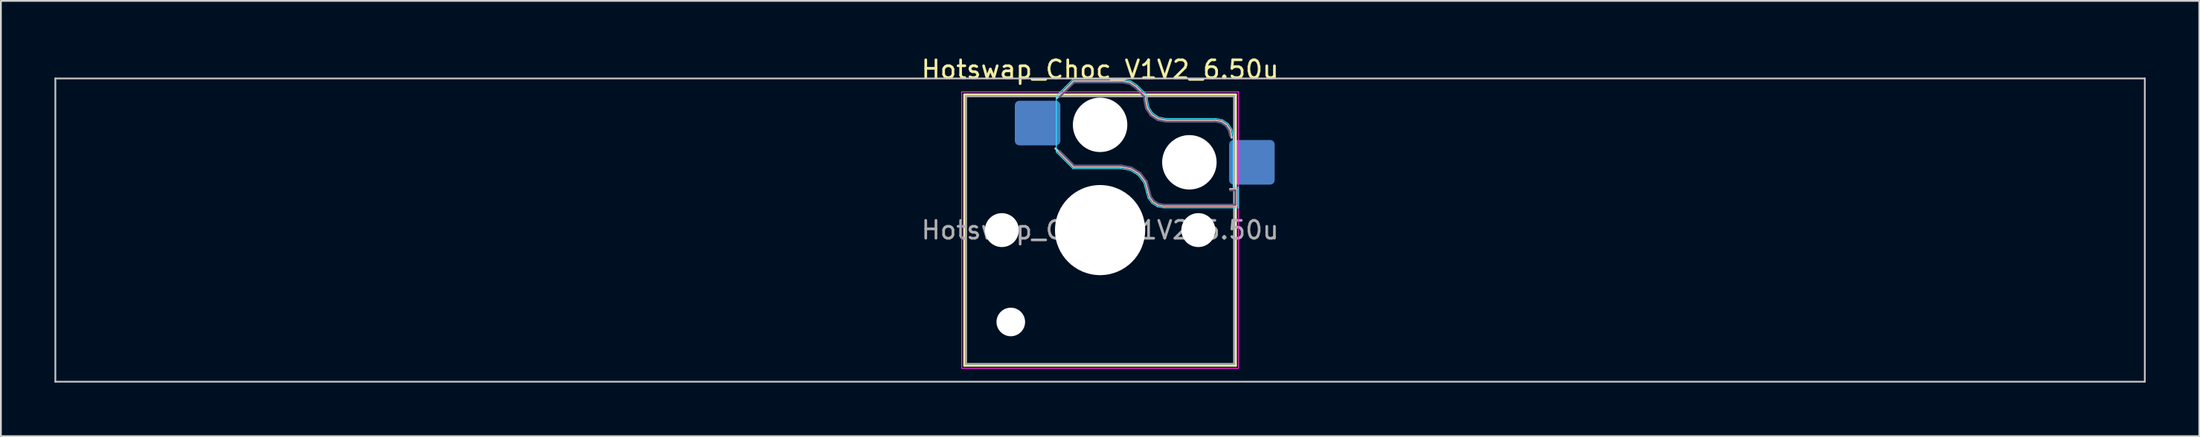
<source format=kicad_pcb>
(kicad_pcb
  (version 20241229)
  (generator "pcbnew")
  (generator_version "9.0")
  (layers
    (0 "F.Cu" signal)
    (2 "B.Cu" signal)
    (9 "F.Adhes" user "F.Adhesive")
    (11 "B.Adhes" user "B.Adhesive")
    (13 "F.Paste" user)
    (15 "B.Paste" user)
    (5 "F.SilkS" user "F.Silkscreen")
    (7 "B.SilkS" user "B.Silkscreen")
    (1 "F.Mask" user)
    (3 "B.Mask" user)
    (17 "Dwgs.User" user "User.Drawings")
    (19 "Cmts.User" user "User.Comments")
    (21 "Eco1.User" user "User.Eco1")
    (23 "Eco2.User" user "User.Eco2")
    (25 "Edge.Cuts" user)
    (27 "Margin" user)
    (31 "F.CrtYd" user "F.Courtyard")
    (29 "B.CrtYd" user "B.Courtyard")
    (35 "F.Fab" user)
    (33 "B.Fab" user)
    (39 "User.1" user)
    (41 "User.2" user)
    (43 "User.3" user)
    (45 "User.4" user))
  (footprint "Hotswap_Choc_V1V2_6.50u"
    (layer "F.Cu")
    (at 58.55 9.848)
    (property "Reference" "Hotswap_Choc_V1V2_6.50u" (at 0 -9 0) (layer "F.SilkS") (effects (font (size 1 1) (thickness 0.15))))
    (attr smd)
    (fp_line (start -7.6 -7.6) (end -7.6 7.6) (stroke (width 0.12) (type solid)) (layer "F.SilkS"))
    (fp_line (start -7.6 7.6) (end 7.6 7.6) (stroke (width 0.12) (type solid)) (layer "F.SilkS"))
    (fp_line (start 7.6 -7.6) (end -7.6 -7.6) (stroke (width 0.12) (type solid)) (layer "F.SilkS"))
    (fp_line (start 7.6 7.6) (end 7.6 -7.6) (stroke (width 0.12) (type solid)) (layer "F.SilkS"))
    (fp_line (start -2.416 -7.409) (end -1.479 -8.346) (stroke (width 0.12) (type solid)) (layer "B.SilkS"))
    (fp_line (start -1.479 -8.346) (end 1.268 -8.346) (stroke (width 0.12) (type solid)) (layer "B.SilkS"))
    (fp_line (start -1.479 -3.554) (end -2.5 -4.575) (stroke (width 0.12) (type solid)) (layer "B.SilkS"))
    (fp_line (start 1.168 -3.554) (end -1.479 -3.554) (stroke (width 0.12) (type solid)) (layer "B.SilkS"))
    (fp_line (start 1.268 -8.346) (end 1.671 -8.266) (stroke (width 0.12) (type solid)) (layer "B.SilkS"))
    (fp_line (start 1.671 -8.266) (end 2.013 -8.037) (stroke (width 0.12) (type solid)) (layer "B.SilkS"))
    (fp_line (start 1.73 -3.449) (end 1.168 -3.554) (stroke (width 0.12) (type solid)) (layer "B.SilkS"))
    (fp_line (start 2.013 -8.037) (end 2.546 -7.504) (stroke (width 0.12) (type solid)) (layer "B.SilkS"))
    (fp_line (start 2.209 -3.15) (end 1.73 -3.449) (stroke (width 0.12) (type solid)) (layer "B.SilkS"))
    (fp_line (start 2.546 -7.504) (end 2.546 -7.282) (stroke (width 0.12) (type solid)) (layer "B.SilkS"))
    (fp_line (start 2.546 -7.282) (end 2.633 -6.844) (stroke (width 0.12) (type solid)) (layer "B.SilkS"))
    (fp_line (start 2.547 -2.697) (end 2.209 -3.15) (stroke (width 0.12) (type solid)) (layer "B.SilkS"))
    (fp_line (start 2.633 -6.844) (end 2.877 -6.477) (stroke (width 0.12) (type solid)) (layer "B.SilkS"))
    (fp_line (start 2.701 -2.139) (end 2.547 -2.697) (stroke (width 0.12) (type solid)) (layer "B.SilkS"))
    (fp_line (start 2.783 -1.841) (end 2.701 -2.139) (stroke (width 0.12) (type solid)) (layer "B.SilkS"))
    (fp_line (start 2.877 -6.477) (end 3.244 -6.233) (stroke (width 0.12) (type solid)) (layer "B.SilkS"))
    (fp_line (start 2.976 -1.583) (end 2.783 -1.841) (stroke (width 0.12) (type solid)) (layer "B.SilkS"))
    (fp_line (start 3.244 -6.233) (end 3.682 -6.146) (stroke (width 0.12) (type solid)) (layer "B.SilkS"))
    (fp_line (start 3.25 -1.413) (end 2.976 -1.583) (stroke (width 0.12) (type solid)) (layer "B.SilkS"))
    (fp_line (start 3.56 -1.354) (end 3.25 -1.413) (stroke (width 0.12) (type solid)) (layer "B.SilkS"))
    (fp_line (start 3.682 -6.146) (end 6.482 -6.146) (stroke (width 0.12) (type solid)) (layer "B.SilkS"))
    (fp_line (start 6.482 -6.146) (end 6.809 -6.081) (stroke (width 0.12) (type solid)) (layer "B.SilkS"))
    (fp_line (start 6.809 -6.081) (end 7.092 -5.892) (stroke (width 0.12) (type solid)) (layer "B.SilkS"))
    (fp_line (start 7.092 -5.892) (end 7.281 -5.609) (stroke (width 0.12) (type solid)) (layer "B.SilkS"))
    (fp_line (start 7.281 -5.609) (end 7.366 -5.182) (stroke (width 0.12) (type solid)) (layer "B.SilkS"))
    (fp_line (start 7.283 -2.296) (end 7.646 -2.296) (stroke (width 0.12) (type solid)) (layer "B.SilkS"))
    (fp_line (start 7.646 -2.296) (end 7.646 -1.354) (stroke (width 0.12) (type solid)) (layer "B.SilkS"))
    (fp_line (start 7.646 -1.354) (end 3.56 -1.354) (stroke (width 0.12) (type solid)) (layer "B.SilkS"))
    (fp_line (start -58.5 -8.5) (end -58.5 8.5) (stroke (width 0.1) (type solid)) (layer "Dwgs.User"))
    (fp_line (start -58.5 8.5) (end 58.5 8.5) (stroke (width 0.1) (type solid)) (layer "Dwgs.User"))
    (fp_line (start 58.5 -8.5) (end -58.5 -8.5) (stroke (width 0.1) (type solid)) (layer "Dwgs.User"))
    (fp_line (start 58.5 8.5) (end 58.5 -8.5) (stroke (width 0.1) (type solid)) (layer "Dwgs.User"))
    (fp_line (start -7.25 -7.25) (end -7.25 7.25) (stroke (width 0.1) (type solid)) (layer "Eco1.User"))
    (fp_line (start -7.25 7.25) (end 7.25 7.25) (stroke (width 0.1) (type solid)) (layer "Eco1.User"))
    (fp_line (start 7.25 -7.25) (end -7.25 -7.25) (stroke (width 0.1) (type solid)) (layer "Eco1.User"))
    (fp_line (start 7.25 7.25) (end 7.25 -7.25) (stroke (width 0.1) (type solid)) (layer "Eco1.User"))
    (fp_line (start -2.452 -7.523) (end -1.523 -8.452) (stroke (width 0.05) (type solid)) (layer "B.CrtYd"))
    (fp_line (start -2.452 -4.377) (end -2.452 -7.523) (stroke (width 0.05) (type solid)) (layer "B.CrtYd"))
    (fp_line (start -1.523 -8.452) (end 1.278 -8.452) (stroke (width 0.05) (type solid)) (layer "B.CrtYd"))
    (fp_line (start -1.523 -3.448) (end -2.452 -4.377) (stroke (width 0.05) (type solid)) (layer "B.CrtYd"))
    (fp_line (start 1.159 -3.448) (end -1.523 -3.448) (stroke (width 0.05) (type solid)) (layer "B.CrtYd"))
    (fp_line (start 1.278 -8.452) (end 1.712 -8.366) (stroke (width 0.05) (type solid)) (layer "B.CrtYd"))
    (fp_line (start 1.691 -3.348) (end 1.159 -3.448) (stroke (width 0.05) (type solid)) (layer "B.CrtYd"))
    (fp_line (start 1.712 -8.366) (end 2.081 -8.119) (stroke (width 0.05) (type solid)) (layer "B.CrtYd"))
    (fp_line (start 2.081 -8.119) (end 2.652 -7.548) (stroke (width 0.05) (type solid)) (layer "B.CrtYd"))
    (fp_line (start 2.136 -3.071) (end 1.691 -3.348) (stroke (width 0.05) (type solid)) (layer "B.CrtYd"))
    (fp_line (start 2.45 -2.65) (end 2.136 -3.071) (stroke (width 0.05) (type solid)) (layer "B.CrtYd"))
    (fp_line (start 2.599 -2.111) (end 2.45 -2.65) (stroke (width 0.05) (type solid)) (layer "B.CrtYd"))
    (fp_line (start 2.652 -7.548) (end 2.652 -7.292) (stroke (width 0.05) (type solid)) (layer "B.CrtYd"))
    (fp_line (start 2.652 -7.292) (end 2.733 -6.885) (stroke (width 0.05) (type solid)) (layer "B.CrtYd"))
    (fp_line (start 2.687 -1.794) (end 2.599 -2.111) (stroke (width 0.05) (type solid)) (layer "B.CrtYd"))
    (fp_line (start 2.733 -6.885) (end 2.953 -6.553) (stroke (width 0.05) (type solid)) (layer "B.CrtYd"))
    (fp_line (start 2.903 -1.503) (end 2.687 -1.794) (stroke (width 0.05) (type solid)) (layer "B.CrtYd"))
    (fp_line (start 2.953 -6.553) (end 3.285 -6.333) (stroke (width 0.05) (type solid)) (layer "B.CrtYd"))
    (fp_line (start 3.211 -1.312) (end 2.903 -1.503) (stroke (width 0.05) (type solid)) (layer "B.CrtYd"))
    (fp_line (start 3.285 -6.333) (end 3.692 -6.252) (stroke (width 0.05) (type solid)) (layer "B.CrtYd"))
    (fp_line (start 3.55 -1.248) (end 3.211 -1.312) (stroke (width 0.05) (type solid)) (layer "B.CrtYd"))
    (fp_line (start 3.692 -6.252) (end 6.492 -6.252) (stroke (width 0.05) (type solid)) (layer "B.CrtYd"))
    (fp_line (start 6.492 -6.252) (end 6.85 -6.181) (stroke (width 0.05) (type solid)) (layer "B.CrtYd"))
    (fp_line (start 6.85 -6.181) (end 7.168 -5.968) (stroke (width 0.05) (type solid)) (layer "B.CrtYd"))
    (fp_line (start 7.168 -5.968) (end 7.381 -5.65) (stroke (width 0.05) (type solid)) (layer "B.CrtYd"))
    (fp_line (start 7.381 -5.65) (end 7.452 -5.292) (stroke (width 0.05) (type solid)) (layer "B.CrtYd"))
    (fp_line (start 7.452 -5.292) (end 7.452 -2.402) (stroke (width 0.05) (type solid)) (layer "B.CrtYd"))
    (fp_line (start 7.452 -2.402) (end 7.752 -2.402) (stroke (width 0.05) (type solid)) (layer "B.CrtYd"))
    (fp_line (start 7.752 -2.402) (end 7.752 -1.248) (stroke (width 0.05) (type solid)) (layer "B.CrtYd"))
    (fp_line (start 7.752 -1.248) (end 3.55 -1.248) (stroke (width 0.05) (type solid)) (layer "B.CrtYd"))
    (fp_line (start -7.75 -7.75) (end -7.75 7.75) (stroke (width 0.05) (type solid)) (layer "F.CrtYd"))
    (fp_line (start -7.75 7.75) (end 7.75 7.75) (stroke (width 0.05) (type solid)) (layer "F.CrtYd"))
    (fp_line (start 7.75 -7.75) (end -7.75 -7.75) (stroke (width 0.05) (type solid)) (layer "F.CrtYd"))
    (fp_line (start 7.75 7.75) (end 7.75 -7.75) (stroke (width 0.05) (type solid)) (layer "F.CrtYd"))
    (fp_line (start -2.275 -7.45) (end -1.45 -8.275) (stroke (width 0.1) (type solid)) (layer "B.Fab"))
    (fp_line (start -1.45 -8.275) (end 1.261 -8.275) (stroke (width 0.1) (type solid)) (layer "B.Fab"))
    (fp_line (start -1.45 -3.625) (end -2.275 -4.45) (stroke (width 0.1) (type solid)) (layer "B.Fab"))
    (fp_line (start 1.175 -3.625) (end -1.45 -3.625) (stroke (width 0.1) (type solid)) (layer "B.Fab"))
    (fp_line (start 1.261 -8.275) (end 1.643 -8.199) (stroke (width 0.1) (type solid)) (layer "B.Fab"))
    (fp_line (start 1.643 -8.199) (end 1.968 -7.982) (stroke (width 0.1) (type solid)) (layer "B.Fab"))
    (fp_line (start 1.756 -3.516) (end 1.175 -3.625) (stroke (width 0.1) (type solid)) (layer "B.Fab"))
    (fp_line (start 1.968 -7.982) (end 2.475 -7.475) (stroke (width 0.1) (type solid)) (layer "B.Fab"))
    (fp_line (start 2.258 -3.203) (end 1.756 -3.516) (stroke (width 0.1) (type solid)) (layer "B.Fab"))
    (fp_line (start 2.475 -7.475) (end 2.475 -7.275) (stroke (width 0.1) (type solid)) (layer "B.Fab"))
    (fp_line (start 2.475 -7.275) (end 2.566 -6.816) (stroke (width 0.1) (type solid)) (layer "B.Fab"))
    (fp_line (start 2.566 -6.816) (end 2.826 -6.426) (stroke (width 0.1) (type solid)) (layer "B.Fab"))
    (fp_line (start 2.612 -2.729) (end 2.258 -3.203) (stroke (width 0.1) (type solid)) (layer "B.Fab"))
    (fp_line (start 2.769 -2.158) (end 2.612 -2.729) (stroke (width 0.1) (type solid)) (layer "B.Fab"))
    (fp_line (start 2.826 -6.426) (end 3.216 -6.166) (stroke (width 0.1) (type solid)) (layer "B.Fab"))
    (fp_line (start 2.848 -1.873) (end 2.769 -2.158) (stroke (width 0.1) (type solid)) (layer "B.Fab"))
    (fp_line (start 3.025 -1.636) (end 2.848 -1.873) (stroke (width 0.1) (type solid)) (layer "B.Fab"))
    (fp_line (start 3.216 -6.166) (end 3.675 -6.075) (stroke (width 0.1) (type solid)) (layer "B.Fab"))
    (fp_line (start 3.276 -1.48) (end 3.025 -1.636) (stroke (width 0.1) (type solid)) (layer "B.Fab"))
    (fp_line (start 3.567 -1.425) (end 3.276 -1.48) (stroke (width 0.1) (type solid)) (layer "B.Fab"))
    (fp_line (start 3.675 -6.075) (end 6.475 -6.075) (stroke (width 0.1) (type solid)) (layer "B.Fab"))
    (fp_line (start 6.475 -6.075) (end 6.781 -6.014) (stroke (width 0.1) (type solid)) (layer "B.Fab"))
    (fp_line (start 6.781 -6.014) (end 7.041 -5.841) (stroke (width 0.1) (type solid)) (layer "B.Fab"))
    (fp_line (start 7.041 -5.841) (end 7.214 -5.581) (stroke (width 0.1) (type solid)) (layer "B.Fab"))
    (fp_line (start 7.214 -5.581) (end 7.275 -5.275) (stroke (width 0.1) (type solid)) (layer "B.Fab"))
    (fp_line (start 7.275 -2.225) (end 7.575 -2.225) (stroke (width 0.1) (type solid)) (layer "B.Fab"))
    (fp_line (start 7.575 -2.225) (end 7.575 -1.425) (stroke (width 0.1) (type solid)) (layer "B.Fab"))
    (fp_line (start 7.575 -1.425) (end 3.567 -1.425) (stroke (width 0.1) (type solid)) (layer "B.Fab"))
    (fp_line (start -7.5 -7.5) (end -7.5 7.5) (stroke (width 0.1) (type solid)) (layer "F.Fab"))
    (fp_line (start -7.5 7.5) (end 7.5 7.5) (stroke (width 0.1) (type solid)) (layer "F.Fab"))
    (fp_line (start 7.5 -7.5) (end -7.5 -7.5) (stroke (width 0.1) (type solid)) (layer "F.Fab"))
    (fp_line (start 7.5 7.5) (end 7.5 -7.5) (stroke (width 0.1) (type solid)) (layer "F.Fab"))
    (fp_text user "${REFERENCE}" (at 0 0 0) (layer "F.Fab") (effects (font (size 1 1) (thickness 0.15))))
    (pad "" np_thru_hole circle (at -5.5 0) (size 1.9 1.9) (drill 1.9) (layers "*.Cu" "*.Mask"))
    (pad "" np_thru_hole circle (at -5 5.15) (size 1.6 1.6) (drill 1.6) (layers "*.Cu" "*.Mask"))
    (pad "" np_thru_hole circle (at 0 -5.9) (size 3.05 3.05) (drill 3.05) (layers "*.Cu" "*.Mask"))
    (pad "" np_thru_hole circle (at 0 0) (size 5.05 5.05) (drill 5.05) (layers "*.Cu" "*.Mask"))
    (pad "" np_thru_hole circle (at 5 -3.8) (size 3.05 3.05) (drill 3.05) (layers "*.Cu" "*.Mask"))
    (pad "" np_thru_hole circle (at 5.5 0) (size 1.9 1.9) (drill 1.9) (layers "*.Cu" "*.Mask"))
    (pad "1" smd roundrect (at -3.5 -6) (size 2.55 2.5) (layers "B.Cu" "B.Mask" "B.Paste") (roundrect_rratio 0.1))
    (pad "2" smd roundrect (at 8.5 -3.8) (size 2.55 2.5) (layers "B.Cu" "B.Mask" "B.Paste") (roundrect_rratio 0.1)))
  (gr_rect
    (start -3 -3)
    (end 120.1 21.398)
    (stroke (width 0.1) (type default))
    (fill no)
    (layer "Edge.Cuts")))
</source>
